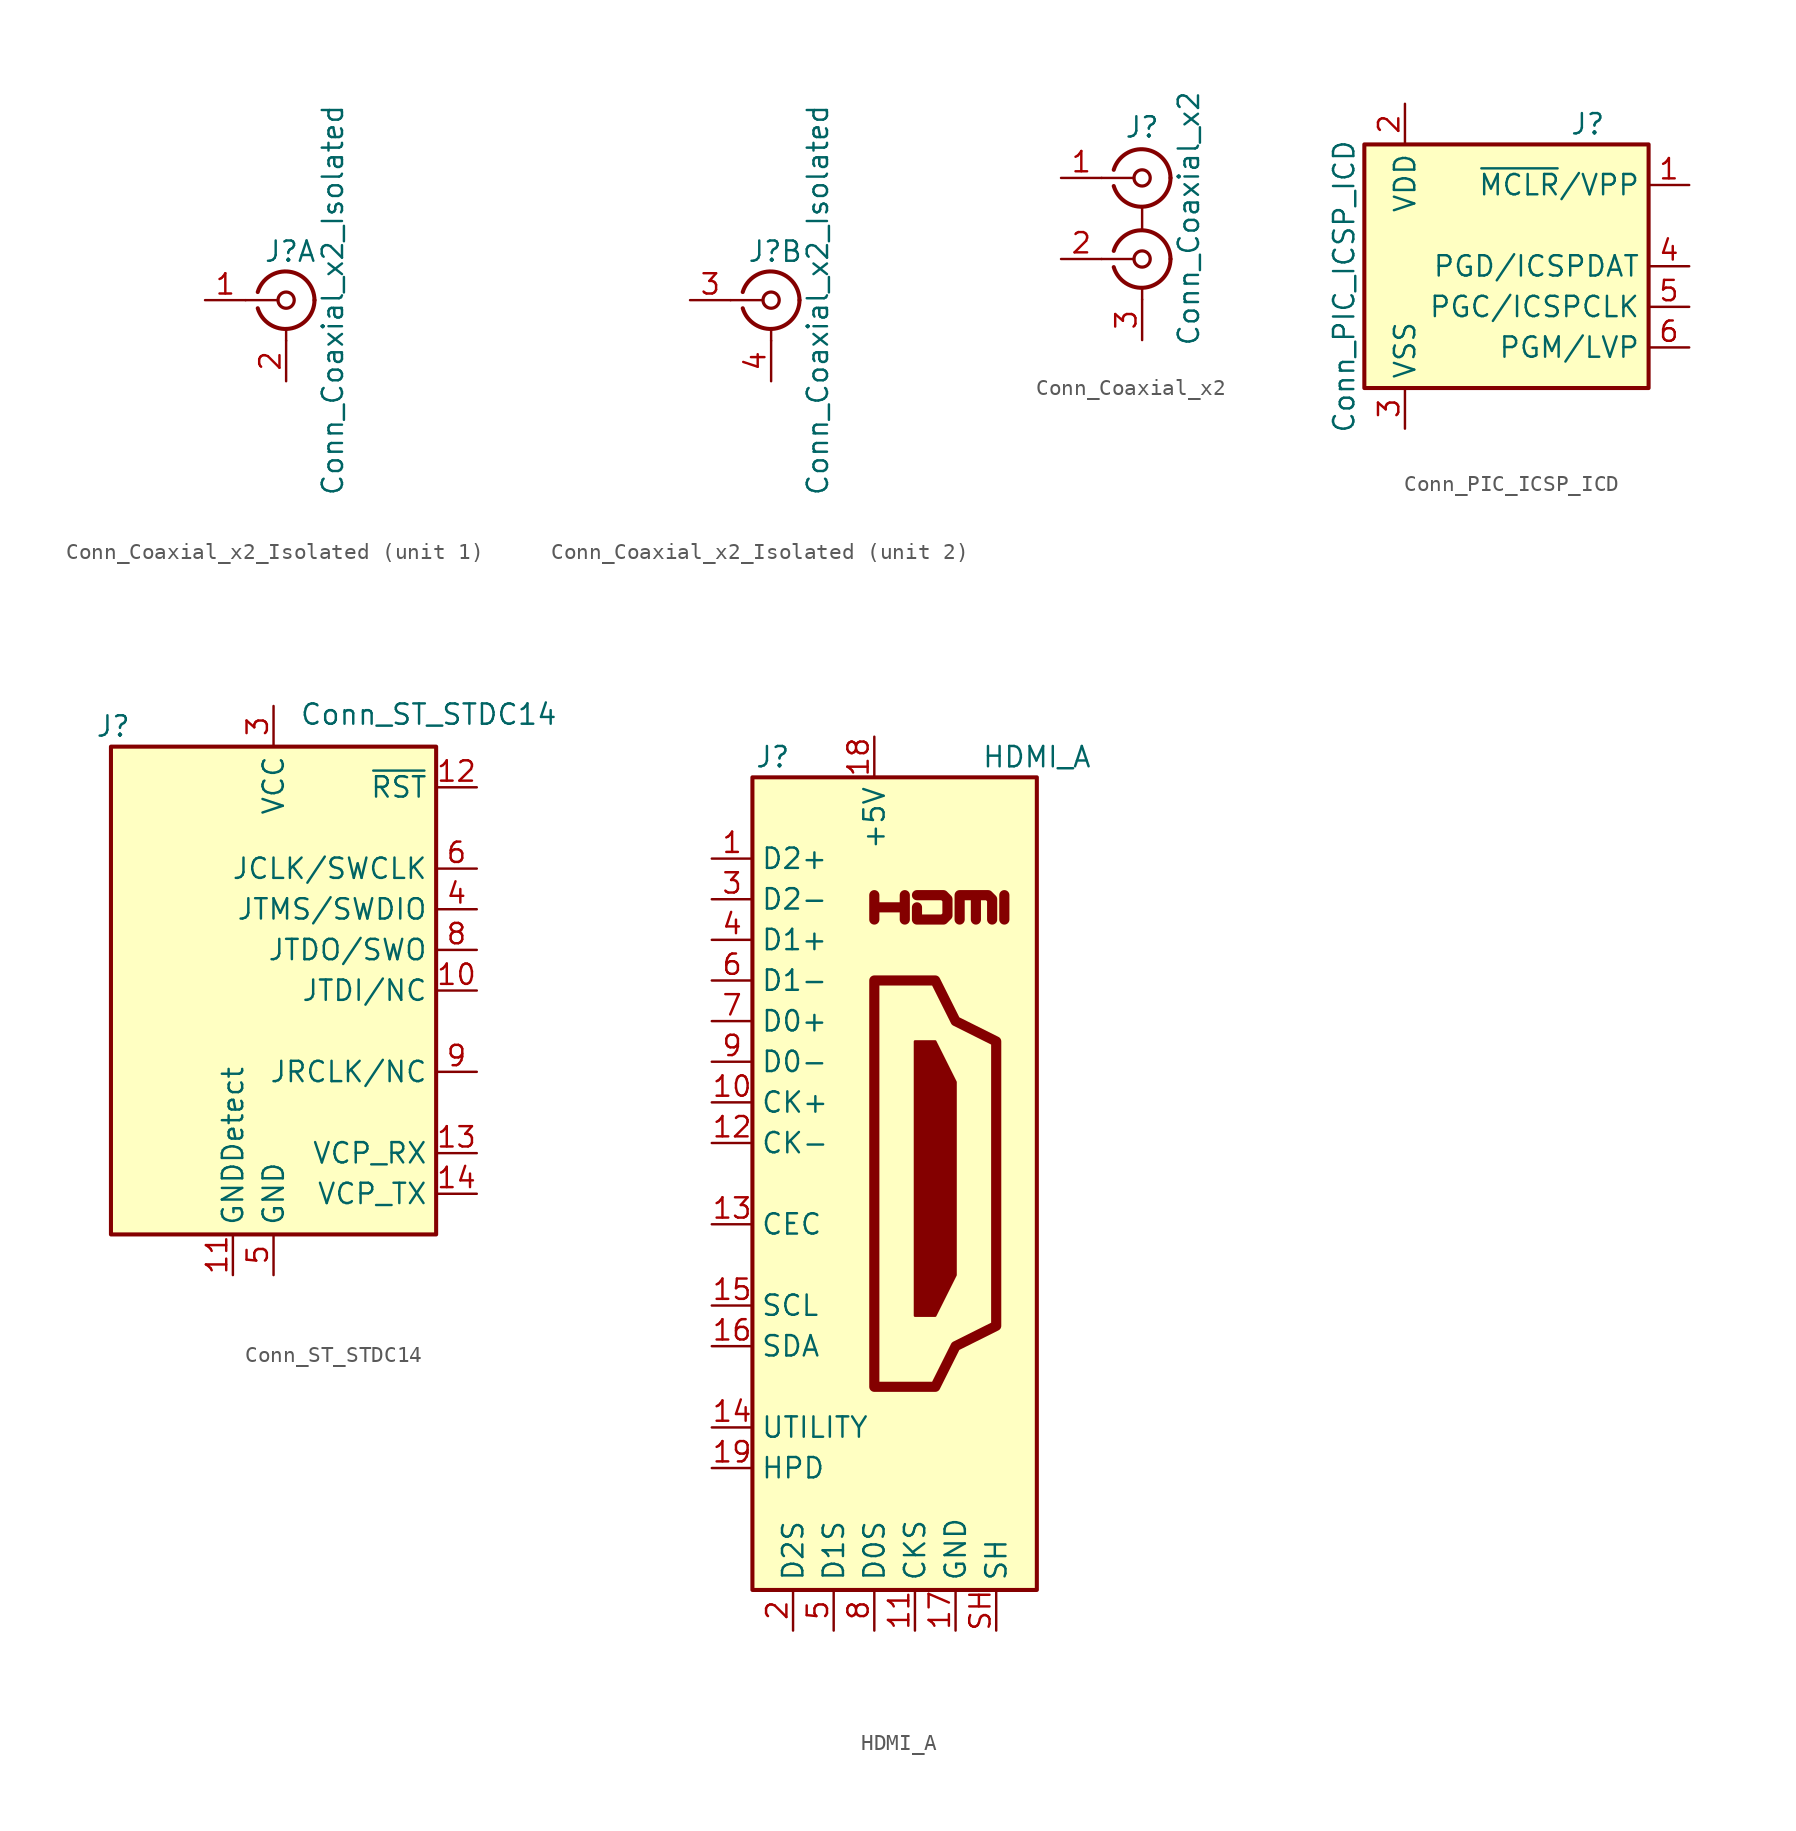
<source format=kicad_sym>
(kicad_symbol_lib
  (version 20200908)
  (generator kicad_symbol_editor)
  (symbol "Connector:Conn_Coaxial_x2_Isolated"
    (pin_names
      (offset 1.016) hide)
    (property "Reference" "J"
      (at 0.254 3.048 0)
      (effects (font (size 1.27 1.27))))
    (property "Value" "Conn_Coaxial_x2_Isolated"
      (at 2.921 0 90)
      (effects (font (size 1.27 1.27))))
    (symbol "Conn_Coaxial_x2_Isolated_0_1"
      (arc (start -1.778 0.508) (end 1.778 0) (radius (at -0.0508 0) (length 1.8034) (angles 163.6 0)) (stroke (width 0.254)) (fill (type none)))
      (arc (start 1.778 0) (end -1.778 -0.508) (radius (at -0.0254 0) (length 1.8034) (angles 0 -163.8)) (stroke (width 0.254)) (fill (type none)))
      (circle (center 0 0) (radius 0.508) (stroke (width 0.203)) (fill (type none)))
      (polyline (pts (xy -2.54 0) (xy -0.508 0)) (stroke (width 0)) (fill (type none)))
      (polyline (pts (xy 0 -2.54) (xy 0 -1.778)) (stroke (width 0)) (fill (type none))))
    (symbol "Conn_Coaxial_x2_Isolated_1_1"
      (pin passive line (at -5.08 0 0) (length 2.54) (name "In1" (effects (font (size 1.27 1.27)))) (number "1" (effects (font (size 1.27 1.27)))))
      (pin passive line (at 0 -5.08 90) (length 2.54) (name "Ext1" (effects (font (size 1.27 1.27)))) (number "2" (effects (font (size 1.27 1.27))))))
    (symbol "Conn_Coaxial_x2_Isolated_2_1"
      (pin passive line (at -5.08 0 0) (length 2.54) (name "In2" (effects (font (size 1.27 1.27)))) (number "3" (effects (font (size 1.27 1.27)))))
      (pin passive line (at 0 -5.08 90) (length 2.54) (name "Ext2" (effects (font (size 1.27 1.27)))) (number "4" (effects (font (size 1.27 1.27)))))))
  (symbol "Connector:Conn_Coaxial_x2"
    (pin_names
      (offset 1.016) hide)
    (property "Reference" "J"
      (at 0 5.715 0)
      (effects (font (size 1.27 1.27))))
    (property "Value" "Conn_Coaxial_x2"
      (at 2.921 0 90)
      (effects (font (size 1.27 1.27))))
    (symbol "Conn_Coaxial_x2_0_1"
      (arc (start -1.778 -2.032) (end 1.778 -2.54) (radius (at -0.0508 -2.54) (length 1.8034) (angles 163.6 0)) (stroke (width 0.254)) (fill (type none)))
      (arc (start -1.778 3.048) (end 1.778 2.54) (radius (at -0.0508 2.54) (length 1.8034) (angles 163.6 0)) (stroke (width 0.254)) (fill (type none)))
      (arc (start 1.778 -2.54) (end -1.778 -3.048) (radius (at -0.0254 -2.54) (length 1.8034) (angles 0 -163.8)) (stroke (width 0.254)) (fill (type none)))
      (arc (start 1.778 2.54) (end -1.778 2.032) (radius (at -0.0254 2.54) (length 1.8034) (angles 0 -163.8)) (stroke (width 0.254)) (fill (type none)))
      (circle (center 0 -2.54) (radius 0.508) (stroke (width 0.203)) (fill (type none)))
      (circle (center 0 2.54) (radius 0.508) (stroke (width 0.203)) (fill (type none)))
      (polyline (pts (xy -2.54 -2.54) (xy -0.508 -2.54)) (stroke (width 0)) (fill (type none)))
      (polyline (pts (xy -2.54 2.54) (xy -0.508 2.54)) (stroke (width 0)) (fill (type none)))
      (polyline (pts (xy 0 -5.08) (xy 0 -4.318)) (stroke (width 0)) (fill (type none)))
      (polyline (pts (xy 0 0.762) (xy 0 -0.635)) (stroke (width 0)) (fill (type none))))
    (symbol "Conn_Coaxial_x2_1_1"
      (pin passive line (at -5.08 2.54 0) (length 2.54) (name "IN1" (effects (font (size 1.27 1.27)))) (number "1" (effects (font (size 1.27 1.27)))))
      (pin passive line (at -5.08 -2.54 0) (length 2.54) (name "IN2" (effects (font (size 1.27 1.27)))) (number "2" (effects (font (size 1.27 1.27)))))
      (pin passive line (at 0 -7.62 90) (length 2.54) (name "EXT" (effects (font (size 1.27 1.27)))) (number "3" (effects (font (size 1.27 1.27)))))))
  (symbol "Connector:Conn_PIC_ICSP_ICD"
    (property "Reference" "J"
      (at 6.35 8.89 0)
      (effects (font (size 1.27 1.27))))
    (property "Value" "Conn_PIC_ICSP_ICD"
      (at -8.89 -1.27 90)
      (effects (font (size 1.27 1.27))))
    (symbol "Conn_PIC_ICSP_ICD_0_1"
      (rectangle (start -7.62 7.62) (end 10.16 -7.62) (stroke (width 0.254)) (fill (type background))))
    (symbol "Conn_PIC_ICSP_ICD_1_1"
      (pin passive line (at 12.7 5.08 180) (length 2.54) (name "~MCLR~/VPP" (effects (font (size 1.27 1.27)))) (number "1" (effects (font (size 1.27 1.27)))))
      (pin passive line (at -5.08 10.16 270) (length 2.54) (name "VDD" (effects (font (size 1.27 1.27)))) (number "2" (effects (font (size 1.27 1.27)))))
      (pin power_in line (at -5.08 -10.16 90) (length 2.54) (name "VSS" (effects (font (size 1.27 1.27)))) (number "3" (effects (font (size 1.27 1.27)))))
      (pin bidirectional line (at 12.7 0 180) (length 2.54) (name "PGD/ICSPDAT" (effects (font (size 1.27 1.27)))) (number "4" (effects (font (size 1.27 1.27)))))
      (pin output line (at 12.7 -2.54 180) (length 2.54) (name "PGC/ICSPCLK" (effects (font (size 1.27 1.27)))) (number "5" (effects (font (size 1.27 1.27)))))
      (pin output line (at 12.7 -5.08 180) (length 2.54) (name "PGM/LVP" (effects (font (size 1.27 1.27)))) (number "6" (effects (font (size 1.27 1.27)))))))
  (symbol "Connector:Conn_ST_STDC14"
    (property "Reference" "J"
      (at -8.89 16.51 0)
      (effects (font (size 1.27 1.27)) (justify right)))
    (property "Value" "Conn_ST_STDC14"
      (at 17.78 16.51 0)
      (effects (font (size 1.27 1.27)) (justify right bottom)))
    (symbol "Conn_ST_STDC14_0_1"
      (rectangle (start -10.16 15.24) (end 10.16 -15.24) (stroke (width 0.254)) (fill (type background))))
    (symbol "Conn_ST_STDC14_1_1"
      (pin unconnected line (at -10.16 5.08 0) (length 2.54) hide (name "NC" (effects (font (size 1.27 1.27)))) (number "1" (effects (font (size 1.27 1.27)))))
      (pin output line (at 12.7 0 180) (length 2.54) (name "JTDI/NC" (effects (font (size 1.27 1.27)))) (number "10" (effects (font (size 1.27 1.27)))))
      (pin passive line (at -2.54 -17.78 90) (length 2.54) (name "GNDDetect" (effects (font (size 1.27 1.27)))) (number "11" (effects (font (size 1.27 1.27)))))
      (pin open_collector line (at 12.7 12.7 180) (length 2.54) (name "~RST" (effects (font (size 1.27 1.27)))) (number "12" (effects (font (size 1.27 1.27)))))
      (pin output line (at 12.7 -10.16 180) (length 2.54) (name "VCP_RX" (effects (font (size 1.27 1.27)))) (number "13" (effects (font (size 1.27 1.27)))))
      (pin input line (at 12.7 -12.7 180) (length 2.54) (name "VCP_TX" (effects (font (size 1.27 1.27)))) (number "14" (effects (font (size 1.27 1.27)))))
      (pin unconnected line (at -10.16 2.54 0) (length 2.54) hide (name "NC" (effects (font (size 1.27 1.27)))) (number "2" (effects (font (size 1.27 1.27)))))
      (pin power_in line (at 0 17.78 270) (length 2.54) (name "VCC" (effects (font (size 1.27 1.27)))) (number "3" (effects (font (size 1.27 1.27)))))
      (pin bidirectional line (at 12.7 5.08 180) (length 2.54) (name "JTMS/SWDIO" (effects (font (size 1.27 1.27)))) (number "4" (effects (font (size 1.27 1.27)))))
      (pin power_in line (at 0 -17.78 90) (length 2.54) (name "GND" (effects (font (size 1.27 1.27)))) (number "5" (effects (font (size 1.27 1.27)))))
      (pin output line (at 12.7 7.62 180) (length 2.54) (name "JCLK/SWCLK" (effects (font (size 1.27 1.27)))) (number "6" (effects (font (size 1.27 1.27)))))
      (pin passive line (at 0 -17.78 90) (length 2.54) hide (name "GND" (effects (font (size 1.27 1.27)))) (number "7" (effects (font (size 1.27 1.27)))))
      (pin input line (at 12.7 2.54 180) (length 2.54) (name "JTDO/SWO" (effects (font (size 1.27 1.27)))) (number "8" (effects (font (size 1.27 1.27)))))
      (pin input line (at 12.7 -5.08 180) (length 2.54) (name "JRCLK/NC" (effects (font (size 1.27 1.27)))) (number "9" (effects (font (size 1.27 1.27)))))))
  (symbol "Connector:HDMI_A"
    (property "Reference" "J"
      (at -6.35 26.67 0)
      (effects (font (size 1.27 1.27))))
    (property "Value" "HDMI_A"
      (at 10.16 26.67 0)
      (effects (font (size 1.27 1.27))))
    (symbol "HDMI_A_0_1"
      (rectangle (start -7.62 25.4) (end 10.16 -25.4) (stroke (width 0.254)) (fill (type background)))
      (polyline (pts (xy 2.54 8.89) (xy 3.81 8.89) (xy 5.08 6.35) (xy 5.08 -5.715) (xy 3.81 -8.255) (xy 2.54 -8.255) (xy 2.54 8.89)) (stroke (width 0)) (fill (type outline)))
      (polyline (pts (xy 5.334 16.51) (xy 5.334 18.034) (xy 6.35 18.034) (xy 6.35 16.51) (xy 6.35 18.034) (xy 7.112 18.034) (xy 7.366 17.78) (xy 7.366 16.51)) (stroke (width 0.635)) (fill (type none)))
      (polyline (pts (xy 0 12.7) (xy 0 -12.7) (xy 3.81 -12.7) (xy 5.08 -10.16) (xy 7.62 -8.89) (xy 7.62 8.89) (xy 5.08 10.16) (xy 3.81 12.7) (xy 0 12.7)) (stroke (width 0.635)) (fill (type none))))
    (symbol "HDMI_A_0_0"
      (polyline (pts (xy 8.128 16.51) (xy 8.128 18.034)) (stroke (width 0.635)) (fill (type none)))
      (polyline (pts (xy 0 16.51) (xy 0 18.034) (xy 0 17.272) (xy 1.905 17.272) (xy 1.905 18.034) (xy 1.905 16.51)) (stroke (width 0.635)) (fill (type none)))
      (polyline (pts (xy 2.667 18.034) (xy 4.318 18.034) (xy 4.572 17.78) (xy 4.572 16.764) (xy 4.318 16.51) (xy 2.667 16.51) (xy 2.667 17.272)) (stroke (width 0.635)) (fill (type none))))
    (symbol "HDMI_A_1_1"
      (pin passive line (at -10.16 20.32 0) (length 2.54) (name "D2+" (effects (font (size 1.27 1.27)))) (number "1" (effects (font (size 1.27 1.27)))))
      (pin passive line (at -10.16 5.08 0) (length 2.54) (name "CK+" (effects (font (size 1.27 1.27)))) (number "10" (effects (font (size 1.27 1.27)))))
      (pin power_in line (at 2.54 -27.94 90) (length 2.54) (name "CKS" (effects (font (size 1.27 1.27)))) (number "11" (effects (font (size 1.27 1.27)))))
      (pin passive line (at -10.16 2.54 0) (length 2.54) (name "CK-" (effects (font (size 1.27 1.27)))) (number "12" (effects (font (size 1.27 1.27)))))
      (pin bidirectional line (at -10.16 -2.54 0) (length 2.54) (name "CEC" (effects (font (size 1.27 1.27)))) (number "13" (effects (font (size 1.27 1.27)))))
      (pin passive line (at -10.16 -15.24 0) (length 2.54) (name "UTILITY" (effects (font (size 1.27 1.27)))) (number "14" (effects (font (size 1.27 1.27)))))
      (pin passive line (at -10.16 -7.62 0) (length 2.54) (name "SCL" (effects (font (size 1.27 1.27)))) (number "15" (effects (font (size 1.27 1.27)))))
      (pin bidirectional line (at -10.16 -10.16 0) (length 2.54) (name "SDA" (effects (font (size 1.27 1.27)))) (number "16" (effects (font (size 1.27 1.27)))))
      (pin power_in line (at 5.08 -27.94 90) (length 2.54) (name "GND" (effects (font (size 1.27 1.27)))) (number "17" (effects (font (size 1.27 1.27)))))
      (pin power_in line (at 0 27.94 270) (length 2.54) (name "+5V" (effects (font (size 1.27 1.27)))) (number "18" (effects (font (size 1.27 1.27)))))
      (pin passive line (at -10.16 -17.78 0) (length 2.54) (name "HPD" (effects (font (size 1.27 1.27)))) (number "19" (effects (font (size 1.27 1.27)))))
      (pin power_in line (at -5.08 -27.94 90) (length 2.54) (name "D2S" (effects (font (size 1.27 1.27)))) (number "2" (effects (font (size 1.27 1.27)))))
      (pin passive line (at -10.16 17.78 0) (length 2.54) (name "D2-" (effects (font (size 1.27 1.27)))) (number "3" (effects (font (size 1.27 1.27)))))
      (pin passive line (at -10.16 15.24 0) (length 2.54) (name "D1+" (effects (font (size 1.27 1.27)))) (number "4" (effects (font (size 1.27 1.27)))))
      (pin power_in line (at -2.54 -27.94 90) (length 2.54) (name "D1S" (effects (font (size 1.27 1.27)))) (number "5" (effects (font (size 1.27 1.27)))))
      (pin passive line (at -10.16 12.7 0) (length 2.54) (name "D1-" (effects (font (size 1.27 1.27)))) (number "6" (effects (font (size 1.27 1.27)))))
      (pin passive line (at -10.16 10.16 0) (length 2.54) (name "D0+" (effects (font (size 1.27 1.27)))) (number "7" (effects (font (size 1.27 1.27)))))
      (pin power_in line (at 0 -27.94 90) (length 2.54) (name "D0S" (effects (font (size 1.27 1.27)))) (number "8" (effects (font (size 1.27 1.27)))))
      (pin passive line (at -10.16 7.62 0) (length 2.54) (name "D0-" (effects (font (size 1.27 1.27)))) (number "9" (effects (font (size 1.27 1.27)))))
      (pin passive line (at 7.62 -27.94 90) (length 2.54) (name "SH" (effects (font (size 1.27 1.27)))) (number "SH" (effects (font (size 1.27 1.27))))))))
</source>
